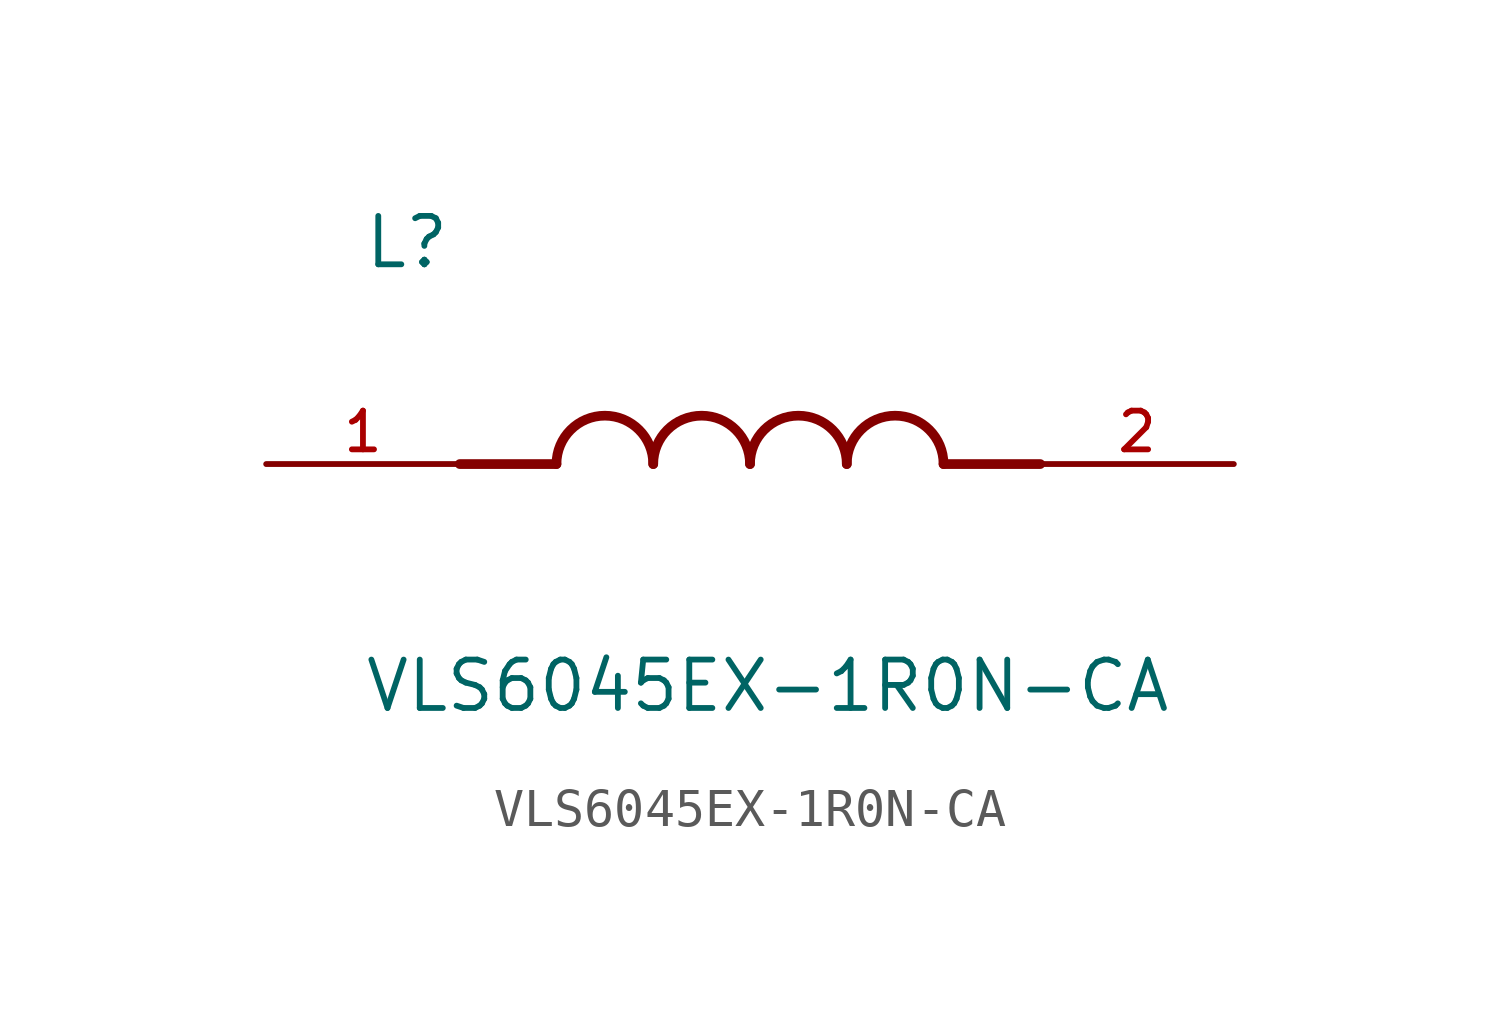
<source format=kicad_sym>
(kicad_symbol_lib
  (version 20211014)
  (generator kicad_symbol_editor)
  (symbol "VLS6045EX-1R0N-CA"
    (pin_names
      (offset 1.016))
    (property "Reference" "L"
      (at -10.16 5.08 0)
      (effects (font (size 1.27 1.27)) (justify bottom left)))
    (property "Value" "VLS6045EX-1R0N-CA"
      (at -10.16 -5.08 0)
      (effects (font (size 1.27 1.27)) (justify top left)))
    (symbol "VLS6045EX-1R0N-CA_0_0"
      (polyline (pts (xy -5.08 0.0) (xy -7.62 0.0)) (stroke (width 0.254)))
      (polyline (pts (xy 5.08 0.0) (xy 7.62 0.0)) (stroke (width 0.254)))
      (arc (start -2.54 0.0) (mid -3.81 1.27) (end -5.08 0.0) (stroke (width 0.254) (type default) (color 0 0 0 0)) (fill (type none)))
      (arc (start 0.0 0.0) (mid -1.27 1.27) (end -2.54 0.0) (stroke (width 0.254) (type default) (color 0 0 0 0)) (fill (type none)))
      (arc (start 2.54 0.0) (mid 1.27 1.27) (end 0.0 0.0) (stroke (width 0.254) (type default) (color 0 0 0 0)) (fill (type none)))
      (arc (start 5.08 0.0) (mid 3.81 1.27) (end 2.54 0.0) (stroke (width 0.254) (type default) (color 0 0 0 0)) (fill (type none)))
      (pin passive line (at -12.7 0.0 0) (length 5.08) (name "~" (effects (font (size 1.016 1.016)))) (number "1" (effects (font (size 1.016 1.016)))))
      (pin passive line (at 12.7 0.0 180.0) (length 5.08) (name "~" (effects (font (size 1.016 1.016)))) (number "2" (effects (font (size 1.016 1.016))))))))
</source>
